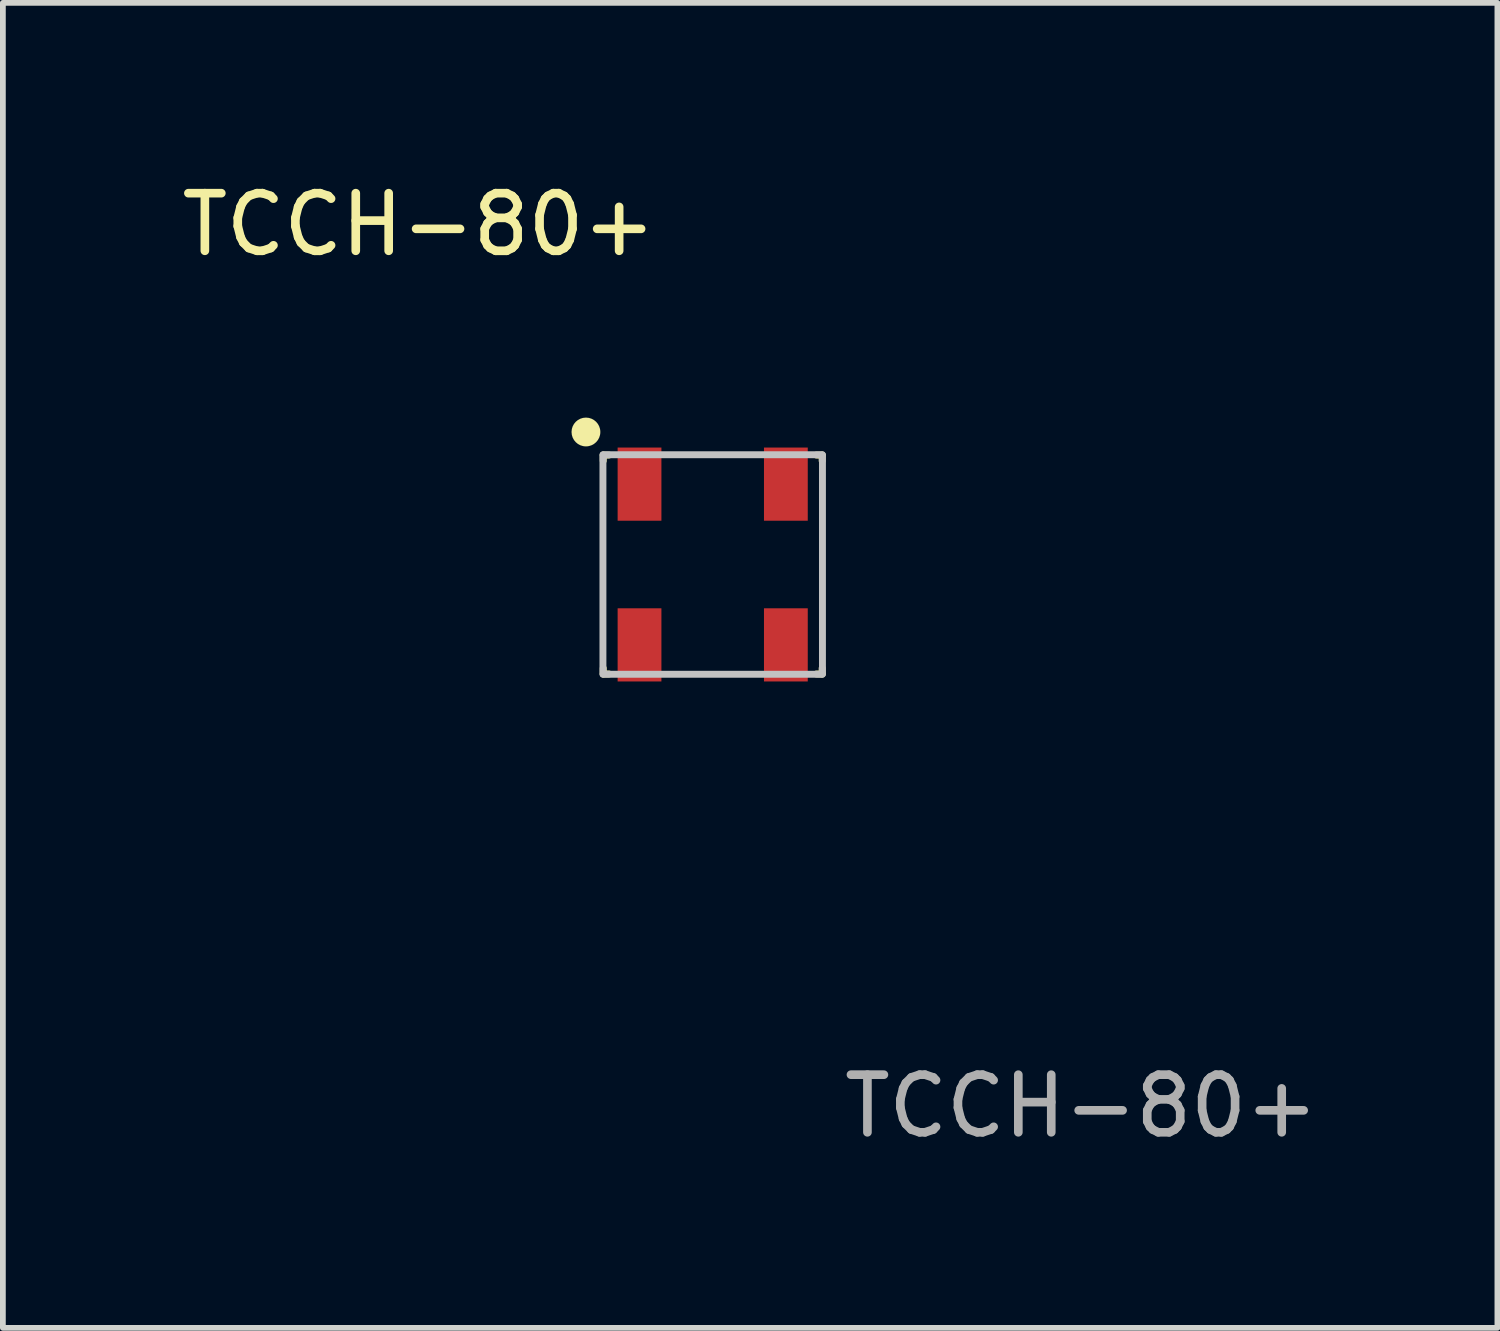
<source format=kicad_pcb>
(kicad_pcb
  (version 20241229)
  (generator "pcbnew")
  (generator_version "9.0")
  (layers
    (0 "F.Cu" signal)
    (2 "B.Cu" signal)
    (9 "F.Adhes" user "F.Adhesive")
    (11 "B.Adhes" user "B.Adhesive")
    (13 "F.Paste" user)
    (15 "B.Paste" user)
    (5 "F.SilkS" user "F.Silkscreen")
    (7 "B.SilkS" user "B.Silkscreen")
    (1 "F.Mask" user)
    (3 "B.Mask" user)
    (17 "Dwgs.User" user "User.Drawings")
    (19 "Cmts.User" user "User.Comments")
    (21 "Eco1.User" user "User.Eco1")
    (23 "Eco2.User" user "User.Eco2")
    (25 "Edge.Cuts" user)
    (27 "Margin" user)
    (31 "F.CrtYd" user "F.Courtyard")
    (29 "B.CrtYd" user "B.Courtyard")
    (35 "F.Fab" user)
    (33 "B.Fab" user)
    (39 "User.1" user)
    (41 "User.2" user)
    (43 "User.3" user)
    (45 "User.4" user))
  (footprint "TCCH-80+"
    (layer "F.Cu")
    (at 9.32 6.748)
    (property "Reference" "TCCH-80+" (at -5.1 -5.9 0) (unlocked yes) (layer "F.SilkS") (effects (font (size 1 1) (thickness 0.15))))
    (attr smd)
    (fp_line (start -1.9 -1.9) (end -1.9 -1.8) (stroke (width 0.12) (type solid)) (layer "F.SilkS"))
    (fp_line (start -1.9 1.8) (end -1.9 1.9) (stroke (width 0.12) (type solid)) (layer "F.SilkS"))
    (fp_line (start -1.9 1.9) (end -1.8 1.9) (stroke (width 0.12) (type solid)) (layer "F.SilkS"))
    (fp_line (start -1.8 -1.9) (end -1.9 -1.9) (stroke (width 0.12) (type solid)) (layer "F.SilkS"))
    (fp_line (start 1.8 -1.9) (end 1.9 -1.9) (stroke (width 0.12) (type solid)) (layer "F.SilkS"))
    (fp_line (start 1.8 1.9) (end 1.9 1.9) (stroke (width 0.12) (type solid)) (layer "F.SilkS"))
    (fp_line (start 1.9 -1.9) (end 1.9 -1.8) (stroke (width 0.12) (type solid)) (layer "F.SilkS"))
    (fp_line (start 1.9 1.9) (end 1.9 1.8) (stroke (width 0.12) (type solid)) (layer "F.SilkS"))
    (fp_circle (center -2.2 -2.3) (end -1.95 -2.3) (stroke (width 0) (type solid)) (fill yes) (layer "F.SilkS"))
    (fp_rect (start -1.905 -1.905) (end 1.905 1.905) (stroke (width 0.12) (type solid)) (fill no) (layer "Dwgs.User"))
    (fp_text user "${REFERENCE}" (at 6.4 9.4 0) (unlocked yes) (layer "F.Fab") (effects (font (size 1 1) (thickness 0.15))))
    (pad "1" smd rect (at -1.27 -1.395) (size 0.76 1.27) (layers "F.Cu" "F.Mask" "F.Paste"))
    (pad "2" smd rect (at 1.27 -1.395) (size 0.76 1.27) (layers "F.Cu" "F.Mask" "F.Paste"))
    (pad "3" smd rect (at 1.27 1.395) (size 0.76 1.27) (layers "F.Cu" "F.Mask" "F.Paste"))
    (pad "4" smd rect (at -1.27 1.395) (size 0.76 1.27) (layers "F.Cu" "F.Mask" "F.Paste")))
  (gr_rect
    (start -3 -3)
    (end 22.94 19.997)
    (stroke (width 0.1) (type default))
    (fill no)
    (layer "Edge.Cuts")))
</source>
